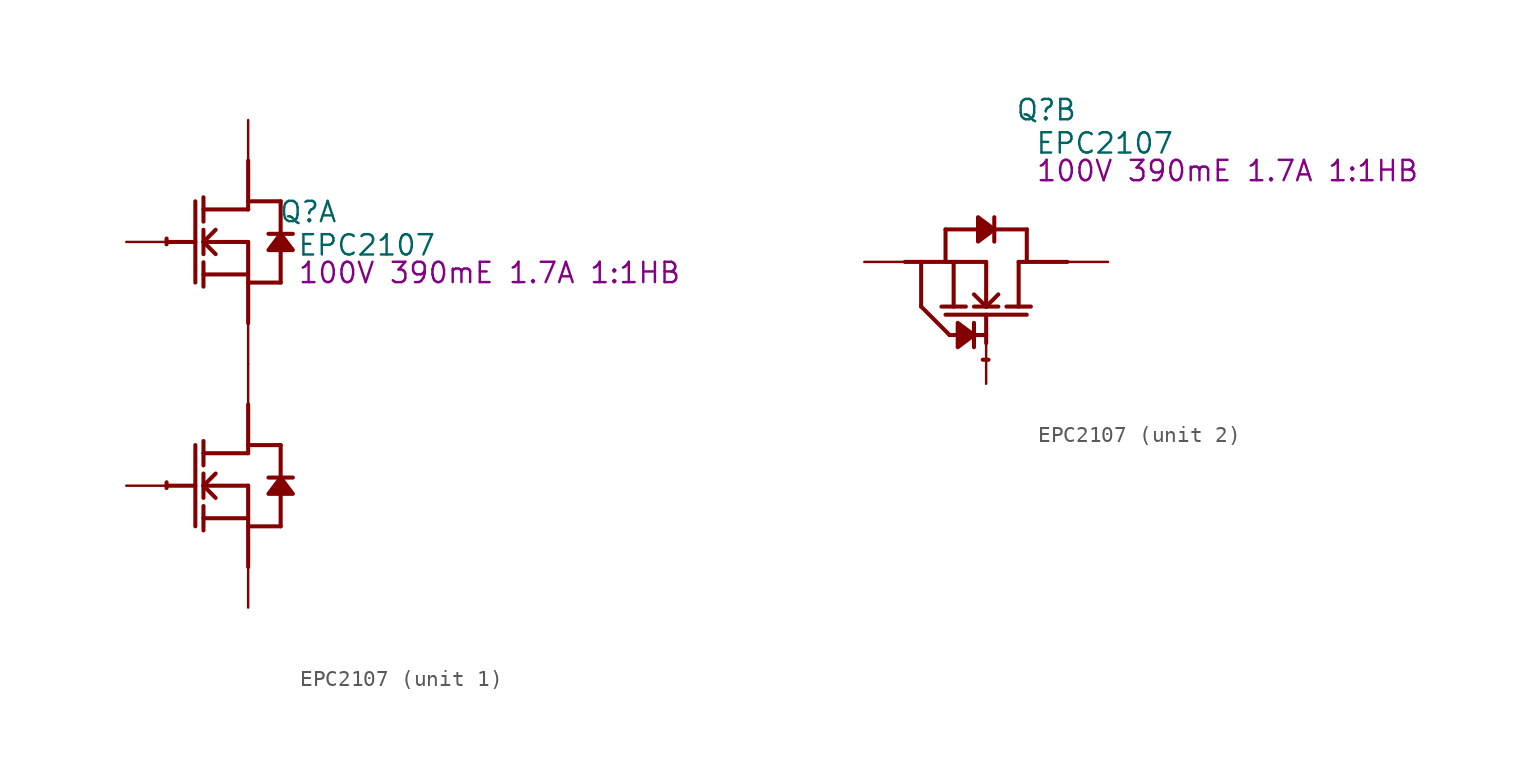
<source format=kicad_sym>
(kicad_symbol_lib
  (version 20231120)
  (generator "kicad_symbol_editor")
  (generator_version "8.0")
  (symbol "EPC2107"
    (property "Reference" "Q"
      (at 3.759 9.5 0)
      (effects (font (size 1.27 1.27))))
    (property "Value" "EPC2107"
      (at 7.417 7.417 0)
      (effects (font (size 1.27 1.27))))
    (property "Description" "100V 390mE 1.7A 1:1HB"
      (at 15.088 5.69 0)
      (effects (font (size 1.27 1.27))))
    (symbol "EPC2107_1_0"
      (arc (start -5.0996 -7.4072) (mid -5.1039 -7.5869) (end -5.1019 -7.7667) (stroke (width 0.254) (type solid)) (fill (type none)))
      (arc (start -5.0996 7.8328) (mid -5.1039 7.6531) (end -5.1019 7.4733) (stroke (width 0.254) (type solid)) (fill (type none)))
      (polyline (pts (xy -5.08 -7.62) (xy -3.302 -7.62)) (stroke (width 0.254) (type solid)) (fill (type none)))
      (polyline (pts (xy -5.08 7.62) (xy -3.302 7.62)) (stroke (width 0.254) (type solid)) (fill (type none)))
      (polyline (pts (xy -3.302 -5.08) (xy -3.302 -10.16)) (stroke (width 0.254) (type solid)) (fill (type none)))
      (polyline (pts (xy -3.302 10.16) (xy -3.302 5.08)) (stroke (width 0.254) (type solid)) (fill (type none)))
      (polyline (pts (xy -2.794 -10.414) (xy -2.794 -8.89)) (stroke (width 0.254) (type solid)) (fill (type none)))
      (polyline (pts (xy -2.794 -9.652) (xy 0 -9.652)) (stroke (width 0.254) (type solid)) (fill (type none)))
      (polyline (pts (xy -2.794 -8.382) (xy -2.794 -6.858)) (stroke (width 0.254) (type solid)) (fill (type none)))
      (polyline (pts (xy -2.794 -7.62) (xy -2.032 -6.858)) (stroke (width 0.254) (type solid)) (fill (type none)))
      (polyline (pts (xy -2.794 -7.62) (xy 0 -7.62)) (stroke (width 0.254) (type solid)) (fill (type none)))
      (polyline (pts (xy -2.794 -6.35) (xy -2.794 -4.826)) (stroke (width 0.254) (type solid)) (fill (type none)))
      (polyline (pts (xy -2.794 4.826) (xy -2.794 6.35)) (stroke (width 0.254) (type solid)) (fill (type none)))
      (polyline (pts (xy -2.794 5.588) (xy 0 5.588)) (stroke (width 0.254) (type solid)) (fill (type none)))
      (polyline (pts (xy -2.794 6.858) (xy -2.794 8.382)) (stroke (width 0.254) (type solid)) (fill (type none)))
      (polyline (pts (xy -2.794 7.62) (xy -2.032 8.382)) (stroke (width 0.254) (type solid)) (fill (type none)))
      (polyline (pts (xy -2.794 7.62) (xy 0 7.62)) (stroke (width 0.254) (type solid)) (fill (type none)))
      (polyline (pts (xy -2.794 8.89) (xy -2.794 10.414)) (stroke (width 0.254) (type solid)) (fill (type none)))
      (polyline (pts (xy -2.032 -8.382) (xy -2.794 -7.62)) (stroke (width 0.254) (type solid)) (fill (type none)))
      (polyline (pts (xy -2.032 6.858) (xy -2.794 7.62)) (stroke (width 0.254) (type solid)) (fill (type none)))
      (polyline (pts (xy 0 -10.16) (xy 2.032 -10.16)) (stroke (width 0.254) (type solid)) (fill (type none)))
      (polyline (pts (xy 0 -7.62) (xy 0 -12.7)) (stroke (width 0.254) (type solid)) (fill (type none)))
      (polyline (pts (xy 0 -5.588) (xy -2.794 -5.588)) (stroke (width 0.254) (type solid)) (fill (type none)))
      (polyline (pts (xy 0 -5.588) (xy 0 -2.54)) (stroke (width 0.254) (type solid)) (fill (type none)))
      (polyline (pts (xy 0 -5.08) (xy 2.032 -5.08)) (stroke (width 0.254) (type solid)) (fill (type none)))
      (polyline (pts (xy 0 5.08) (xy 2.032 5.08)) (stroke (width 0.254) (type solid)) (fill (type none)))
      (polyline (pts (xy 0 7.62) (xy 0 2.54)) (stroke (width 0.254) (type solid)) (fill (type none)))
      (polyline (pts (xy 0 9.652) (xy -2.794 9.652)) (stroke (width 0.254) (type solid)) (fill (type none)))
      (polyline (pts (xy 0 9.652) (xy 0 12.7)) (stroke (width 0.254) (type solid)) (fill (type none)))
      (polyline (pts (xy 0 10.16) (xy 2.032 10.16)) (stroke (width 0.254) (type solid)) (fill (type none)))
      (polyline (pts (xy 2.032 -8.128) (xy 2.032 -10.16)) (stroke (width 0.254) (type solid)) (fill (type none)))
      (polyline (pts (xy 2.032 -5.08) (xy 2.032 -7.112)) (stroke (width 0.254) (type solid)) (fill (type none)))
      (polyline (pts (xy 2.032 7.112) (xy 2.032 5.08)) (stroke (width 0.254) (type solid)) (fill (type none)))
      (polyline (pts (xy 2.032 10.16) (xy 2.032 8.128)) (stroke (width 0.254) (type solid)) (fill (type none)))
      (polyline (pts (xy 2.794 -7.112) (xy 1.27 -7.112)) (stroke (width 0.254) (type solid)) (fill (type none)))
      (polyline (pts (xy 2.794 8.128) (xy 1.27 8.128)) (stroke (width 0.254) (type solid)) (fill (type none)))
      (polyline (pts (xy 2.032 -7.112) (xy 1.27 -8.128) (xy 2.794 -8.128) (xy 2.032 -7.112)) (stroke (width 0.254) (type solid)) (fill (type outline)))
      (polyline (pts (xy 2.032 8.128) (xy 1.27 7.112) (xy 2.794 7.112) (xy 2.032 8.128)) (stroke (width 0.254) (type solid)) (fill (type outline)))
      (pin passive line (at -7.62 7.62 0) (length 2.54) (name "G1" (effects (font (size 0 0)))) (number "1" (effects (font (size 0 0)))))
      (pin open_collector line (at -7.62 -7.62 0) (length 2.54) (name "G2" (effects (font (size 0 0)))) (number "2" (effects (font (size 0 0)))))
      (pin open_emitter line (at 0 0 90) (length 2.54) (name "S1" (effects (font (size 0 0)))) (number "4" (effects (font (size 0 0)))))
      (pin open_emitter line (at 0 0 270) (length 2.54) (name "D2" (effects (font (size 0 0)))) (number "5" (effects (font (size 0 0)))))
      (pin open_emitter line (at 0 15.24 270) (length 2.54) (name "D1" (effects (font (size 0 0)))) (number "7" (effects (font (size 0 0)))))
      (pin open_emitter line (at 0 -15.24 90) (length 2.54) (name "S2" (effects (font (size 0 0)))) (number "8" (effects (font (size 0 0))))))
    (symbol "EPC2107_2_0"
      (arc (start -0.2128 -6.1156) (mid -0.0331 -6.1199) (end 0.1467 -6.1179) (stroke (width 0.254) (type solid)) (fill (type none)))
      (polyline (pts (xy -5.08 0) (xy 0 0)) (stroke (width 0.254) (type solid)) (fill (type none)))
      (polyline (pts (xy -4.064 -2.794) (xy -4.064 0)) (stroke (width 0.254) (type solid)) (fill (type none)))
      (polyline (pts (xy -2.54 -3.302) (xy 2.54 -3.302)) (stroke (width 0.254) (type solid)) (fill (type none)))
      (polyline (pts (xy -2.54 0) (xy -2.54 2.032)) (stroke (width 0.254) (type solid)) (fill (type none)))
      (polyline (pts (xy -2.54 2.032) (xy -0.508 2.032)) (stroke (width 0.254) (type solid)) (fill (type none)))
      (polyline (pts (xy -2.286 -4.572) (xy -4.064 -2.794)) (stroke (width 0.254) (type solid)) (fill (type none)))
      (polyline (pts (xy -2.286 -4.572) (xy 0 -4.572)) (stroke (width 0.254) (type solid)) (fill (type none)))
      (polyline (pts (xy -2.032 0) (xy -2.032 -2.794)) (stroke (width 0.254) (type solid)) (fill (type none)))
      (polyline (pts (xy -1.27 -2.794) (xy -2.794 -2.794)) (stroke (width 0.254) (type solid)) (fill (type none)))
      (polyline (pts (xy -0.762 -3.81) (xy -0.762 -5.334)) (stroke (width 0.254) (type solid)) (fill (type none)))
      (polyline (pts (xy 0 -5.08) (xy 0 -3.302)) (stroke (width 0.254) (type solid)) (fill (type none)))
      (polyline (pts (xy 0 -2.794) (xy -0.762 -2.032)) (stroke (width 0.254) (type solid)) (fill (type none)))
      (polyline (pts (xy 0 -2.794) (xy 0 0)) (stroke (width 0.254) (type solid)) (fill (type none)))
      (polyline (pts (xy 0.508 2.032) (xy 2.54 2.032)) (stroke (width 0.254) (type solid)) (fill (type none)))
      (polyline (pts (xy 0.508 2.794) (xy 0.508 1.27)) (stroke (width 0.254) (type solid)) (fill (type none)))
      (polyline (pts (xy 0.762 -2.794) (xy -0.762 -2.794)) (stroke (width 0.254) (type solid)) (fill (type none)))
      (polyline (pts (xy 0.762 -2.032) (xy 0 -2.794)) (stroke (width 0.254) (type solid)) (fill (type none)))
      (polyline (pts (xy 2.032 -2.794) (xy 2.032 0)) (stroke (width 0.254) (type solid)) (fill (type none)))
      (polyline (pts (xy 2.54 0) (xy 2.54 2.032)) (stroke (width 0.254) (type solid)) (fill (type none)))
      (polyline (pts (xy 2.794 -2.794) (xy 1.27 -2.794)) (stroke (width 0.254) (type solid)) (fill (type none)))
      (polyline (pts (xy 5.08 0) (xy 2.032 0)) (stroke (width 0.254) (type solid)) (fill (type none)))
      (polyline (pts (xy -0.762 -4.572) (xy -1.778 -3.81) (xy -1.778 -5.334) (xy -0.762 -4.572)) (stroke (width 0.254) (type solid)) (fill (type outline)))
      (polyline (pts (xy 0.508 2.032) (xy -0.508 2.794) (xy -0.508 1.27) (xy 0.508 2.032)) (stroke (width 0.254) (type solid)) (fill (type outline)))
      (pin open_emitter line (at 0 -7.62 90) (length 2.54) (name "G3" (effects (font (size 0 0)))) (number "3" (effects (font (size 0 0)))))
      (pin open_collector line (at 7.62 0 180) (length 2.54) (name "D3" (effects (font (size 0 0)))) (number "6" (effects (font (size 0 0)))))
      (pin passive line (at -7.62 0 0) (length 2.54) (name "S3" (effects (font (size 0 0)))) (number "9" (effects (font (size 0 0))))))))
</source>
